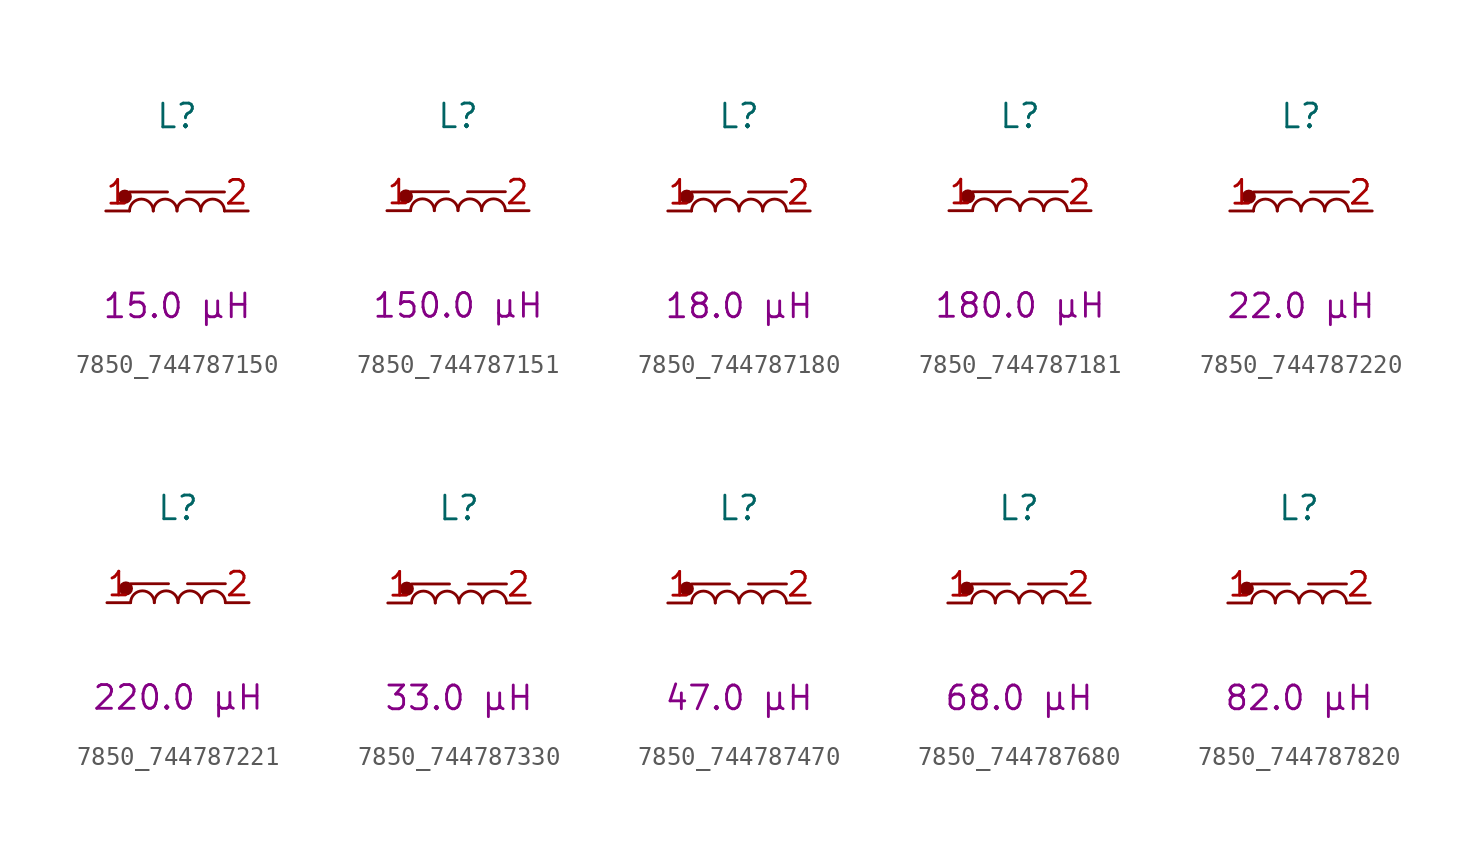
<source format=kicad_sym>
(kicad_symbol_lib
  (version 20220914)
  (generator kicad_symbol_editor)
  (symbol "7850_744787150"
    (pin_names hide)
    (property "Reference" "L"
      (at 0 5.08 0)
      (effects (font (size 1.27 1.27))))
    (property "Critical Parameter" "15.0 µH"
      (at 0 -5.08 0)
      (effects (font (size 1.27 1.27))))
    (symbol "7850_744787150_0_1"
      (arc (start -1.27 0) (mid -1.905 0.6323) (end -2.54 0) (stroke (width 0) (type default)) (fill (type none)))
      (arc (start 0 0) (mid -0.635 0.6323) (end -1.27 0) (stroke (width 0) (type default)) (fill (type none)))
      (polyline (pts (xy -2.54 1.016) (xy -0.508 1.016)) (stroke (width 0) (type default)) (fill (type none)))
      (arc (start 1.27 0) (mid 0.635 0.6323) (end 0 0) (stroke (width 0) (type default)) (fill (type none)))
      (arc (start 2.54 0) (mid 1.905 0.6323) (end 1.27 0) (stroke (width 0) (type default)) (fill (type none))))
    (symbol "7850_744787150_1_1"
      (circle (center -2.794 0.762) (radius 0.0001) (stroke (width 0.381) (type default)) (fill (type none)))
      (polyline (pts (xy 2.54 1.016) (xy 0.508 1.016)) (stroke (width 0) (type default)) (fill (type none)))
      (pin passive line (at -3.81 0 0) (length 1.27) (name "1" (effects (font (size 1.27 1.27)))) (number "1" (effects (font (size 1.27 1.27)))))
      (pin passive line (at 3.81 0 180) (length 1.27) (name "2" (effects (font (size 1.27 1.27)))) (number "2" (effects (font (size 1.27 1.27)))))))
  (symbol "7850_744787151"
    (pin_names hide)
    (property "Reference" "L"
      (at 0 5.08 0)
      (effects (font (size 1.27 1.27))))
    (property "Critical Parameter" "150.0 µH"
      (at 0 -5.08 0)
      (effects (font (size 1.27 1.27))))
    (symbol "7850_744787151_0_1"
      (arc (start -1.27 0) (mid -1.905 0.6323) (end -2.54 0) (stroke (width 0) (type default)) (fill (type none)))
      (arc (start 0 0) (mid -0.635 0.6323) (end -1.27 0) (stroke (width 0) (type default)) (fill (type none)))
      (polyline (pts (xy -2.54 1.016) (xy -0.508 1.016)) (stroke (width 0) (type default)) (fill (type none)))
      (arc (start 1.27 0) (mid 0.635 0.6323) (end 0 0) (stroke (width 0) (type default)) (fill (type none)))
      (arc (start 2.54 0) (mid 1.905 0.6323) (end 1.27 0) (stroke (width 0) (type default)) (fill (type none))))
    (symbol "7850_744787151_1_1"
      (circle (center -2.794 0.762) (radius 0.0001) (stroke (width 0.381) (type default)) (fill (type none)))
      (polyline (pts (xy 2.54 1.016) (xy 0.508 1.016)) (stroke (width 0) (type default)) (fill (type none)))
      (pin passive line (at -3.81 0 0) (length 1.27) (name "1" (effects (font (size 1.27 1.27)))) (number "1" (effects (font (size 1.27 1.27)))))
      (pin passive line (at 3.81 0 180) (length 1.27) (name "2" (effects (font (size 1.27 1.27)))) (number "2" (effects (font (size 1.27 1.27)))))))
  (symbol "7850_744787180"
    (pin_names hide)
    (property "Reference" "L"
      (at 0 5.08 0)
      (effects (font (size 1.27 1.27))))
    (property "Critical Parameter" "18.0 µH"
      (at 0 -5.08 0)
      (effects (font (size 1.27 1.27))))
    (symbol "7850_744787180_0_1"
      (arc (start -1.27 0) (mid -1.905 0.6323) (end -2.54 0) (stroke (width 0) (type default)) (fill (type none)))
      (arc (start 0 0) (mid -0.635 0.6323) (end -1.27 0) (stroke (width 0) (type default)) (fill (type none)))
      (polyline (pts (xy -2.54 1.016) (xy -0.508 1.016)) (stroke (width 0) (type default)) (fill (type none)))
      (arc (start 1.27 0) (mid 0.635 0.6323) (end 0 0) (stroke (width 0) (type default)) (fill (type none)))
      (arc (start 2.54 0) (mid 1.905 0.6323) (end 1.27 0) (stroke (width 0) (type default)) (fill (type none))))
    (symbol "7850_744787180_1_1"
      (circle (center -2.794 0.762) (radius 0.0001) (stroke (width 0.381) (type default)) (fill (type none)))
      (polyline (pts (xy 2.54 1.016) (xy 0.508 1.016)) (stroke (width 0) (type default)) (fill (type none)))
      (pin passive line (at -3.81 0 0) (length 1.27) (name "1" (effects (font (size 1.27 1.27)))) (number "1" (effects (font (size 1.27 1.27)))))
      (pin passive line (at 3.81 0 180) (length 1.27) (name "2" (effects (font (size 1.27 1.27)))) (number "2" (effects (font (size 1.27 1.27)))))))
  (symbol "7850_744787181"
    (pin_names hide)
    (property "Reference" "L"
      (at 0 5.08 0)
      (effects (font (size 1.27 1.27))))
    (property "Critical Parameter" "180.0 µH"
      (at 0 -5.08 0)
      (effects (font (size 1.27 1.27))))
    (symbol "7850_744787181_0_1"
      (arc (start -1.27 0) (mid -1.905 0.6323) (end -2.54 0) (stroke (width 0) (type default)) (fill (type none)))
      (arc (start 0 0) (mid -0.635 0.6323) (end -1.27 0) (stroke (width 0) (type default)) (fill (type none)))
      (polyline (pts (xy -2.54 1.016) (xy -0.508 1.016)) (stroke (width 0) (type default)) (fill (type none)))
      (arc (start 1.27 0) (mid 0.635 0.6323) (end 0 0) (stroke (width 0) (type default)) (fill (type none)))
      (arc (start 2.54 0) (mid 1.905 0.6323) (end 1.27 0) (stroke (width 0) (type default)) (fill (type none))))
    (symbol "7850_744787181_1_1"
      (circle (center -2.794 0.762) (radius 0.0001) (stroke (width 0.381) (type default)) (fill (type none)))
      (polyline (pts (xy 2.54 1.016) (xy 0.508 1.016)) (stroke (width 0) (type default)) (fill (type none)))
      (pin passive line (at -3.81 0 0) (length 1.27) (name "1" (effects (font (size 1.27 1.27)))) (number "1" (effects (font (size 1.27 1.27)))))
      (pin passive line (at 3.81 0 180) (length 1.27) (name "2" (effects (font (size 1.27 1.27)))) (number "2" (effects (font (size 1.27 1.27)))))))
  (symbol "7850_744787220"
    (pin_names hide)
    (property "Reference" "L"
      (at 0 5.08 0)
      (effects (font (size 1.27 1.27))))
    (property "Critical Parameter" "22.0 µH"
      (at 0 -5.08 0)
      (effects (font (size 1.27 1.27))))
    (symbol "7850_744787220_0_1"
      (arc (start -1.27 0) (mid -1.905 0.6323) (end -2.54 0) (stroke (width 0) (type default)) (fill (type none)))
      (arc (start 0 0) (mid -0.635 0.6323) (end -1.27 0) (stroke (width 0) (type default)) (fill (type none)))
      (polyline (pts (xy -2.54 1.016) (xy -0.508 1.016)) (stroke (width 0) (type default)) (fill (type none)))
      (arc (start 1.27 0) (mid 0.635 0.6323) (end 0 0) (stroke (width 0) (type default)) (fill (type none)))
      (arc (start 2.54 0) (mid 1.905 0.6323) (end 1.27 0) (stroke (width 0) (type default)) (fill (type none))))
    (symbol "7850_744787220_1_1"
      (circle (center -2.794 0.762) (radius 0.0001) (stroke (width 0.381) (type default)) (fill (type none)))
      (polyline (pts (xy 2.54 1.016) (xy 0.508 1.016)) (stroke (width 0) (type default)) (fill (type none)))
      (pin passive line (at -3.81 0 0) (length 1.27) (name "1" (effects (font (size 1.27 1.27)))) (number "1" (effects (font (size 1.27 1.27)))))
      (pin passive line (at 3.81 0 180) (length 1.27) (name "2" (effects (font (size 1.27 1.27)))) (number "2" (effects (font (size 1.27 1.27)))))))
  (symbol "7850_744787221"
    (pin_names hide)
    (property "Reference" "L"
      (at 0 5.08 0)
      (effects (font (size 1.27 1.27))))
    (property "Critical Parameter" "220.0 µH"
      (at 0 -5.08 0)
      (effects (font (size 1.27 1.27))))
    (symbol "7850_744787221_0_1"
      (arc (start -1.27 0) (mid -1.905 0.6323) (end -2.54 0) (stroke (width 0) (type default)) (fill (type none)))
      (arc (start 0 0) (mid -0.635 0.6323) (end -1.27 0) (stroke (width 0) (type default)) (fill (type none)))
      (polyline (pts (xy -2.54 1.016) (xy -0.508 1.016)) (stroke (width 0) (type default)) (fill (type none)))
      (arc (start 1.27 0) (mid 0.635 0.6323) (end 0 0) (stroke (width 0) (type default)) (fill (type none)))
      (arc (start 2.54 0) (mid 1.905 0.6323) (end 1.27 0) (stroke (width 0) (type default)) (fill (type none))))
    (symbol "7850_744787221_1_1"
      (circle (center -2.794 0.762) (radius 0.0001) (stroke (width 0.381) (type default)) (fill (type none)))
      (polyline (pts (xy 2.54 1.016) (xy 0.508 1.016)) (stroke (width 0) (type default)) (fill (type none)))
      (pin passive line (at -3.81 0 0) (length 1.27) (name "1" (effects (font (size 1.27 1.27)))) (number "1" (effects (font (size 1.27 1.27)))))
      (pin passive line (at 3.81 0 180) (length 1.27) (name "2" (effects (font (size 1.27 1.27)))) (number "2" (effects (font (size 1.27 1.27)))))))
  (symbol "7850_744787330"
    (pin_names hide)
    (property "Reference" "L"
      (at 0 5.08 0)
      (effects (font (size 1.27 1.27))))
    (property "Critical Parameter" "33.0 µH"
      (at 0 -5.08 0)
      (effects (font (size 1.27 1.27))))
    (symbol "7850_744787330_0_1"
      (arc (start -1.27 0) (mid -1.905 0.6323) (end -2.54 0) (stroke (width 0) (type default)) (fill (type none)))
      (arc (start 0 0) (mid -0.635 0.6323) (end -1.27 0) (stroke (width 0) (type default)) (fill (type none)))
      (polyline (pts (xy -2.54 1.016) (xy -0.508 1.016)) (stroke (width 0) (type default)) (fill (type none)))
      (arc (start 1.27 0) (mid 0.635 0.6323) (end 0 0) (stroke (width 0) (type default)) (fill (type none)))
      (arc (start 2.54 0) (mid 1.905 0.6323) (end 1.27 0) (stroke (width 0) (type default)) (fill (type none))))
    (symbol "7850_744787330_1_1"
      (circle (center -2.794 0.762) (radius 0.0001) (stroke (width 0.381) (type default)) (fill (type none)))
      (polyline (pts (xy 2.54 1.016) (xy 0.508 1.016)) (stroke (width 0) (type default)) (fill (type none)))
      (pin passive line (at -3.81 0 0) (length 1.27) (name "1" (effects (font (size 1.27 1.27)))) (number "1" (effects (font (size 1.27 1.27)))))
      (pin passive line (at 3.81 0 180) (length 1.27) (name "2" (effects (font (size 1.27 1.27)))) (number "2" (effects (font (size 1.27 1.27)))))))
  (symbol "7850_744787470"
    (pin_names hide)
    (property "Reference" "L"
      (at 0 5.08 0)
      (effects (font (size 1.27 1.27))))
    (property "Critical Parameter" "47.0 µH"
      (at 0 -5.08 0)
      (effects (font (size 1.27 1.27))))
    (symbol "7850_744787470_0_1"
      (arc (start -1.27 0) (mid -1.905 0.6323) (end -2.54 0) (stroke (width 0) (type default)) (fill (type none)))
      (arc (start 0 0) (mid -0.635 0.6323) (end -1.27 0) (stroke (width 0) (type default)) (fill (type none)))
      (polyline (pts (xy -2.54 1.016) (xy -0.508 1.016)) (stroke (width 0) (type default)) (fill (type none)))
      (arc (start 1.27 0) (mid 0.635 0.6323) (end 0 0) (stroke (width 0) (type default)) (fill (type none)))
      (arc (start 2.54 0) (mid 1.905 0.6323) (end 1.27 0) (stroke (width 0) (type default)) (fill (type none))))
    (symbol "7850_744787470_1_1"
      (circle (center -2.794 0.762) (radius 0.0001) (stroke (width 0.381) (type default)) (fill (type none)))
      (polyline (pts (xy 2.54 1.016) (xy 0.508 1.016)) (stroke (width 0) (type default)) (fill (type none)))
      (pin passive line (at -3.81 0 0) (length 1.27) (name "1" (effects (font (size 1.27 1.27)))) (number "1" (effects (font (size 1.27 1.27)))))
      (pin passive line (at 3.81 0 180) (length 1.27) (name "2" (effects (font (size 1.27 1.27)))) (number "2" (effects (font (size 1.27 1.27)))))))
  (symbol "7850_744787680"
    (pin_names hide)
    (property "Reference" "L"
      (at 0 5.08 0)
      (effects (font (size 1.27 1.27))))
    (property "Critical Parameter" "68.0 µH"
      (at 0 -5.08 0)
      (effects (font (size 1.27 1.27))))
    (symbol "7850_744787680_0_1"
      (arc (start -1.27 0) (mid -1.905 0.6323) (end -2.54 0) (stroke (width 0) (type default)) (fill (type none)))
      (arc (start 0 0) (mid -0.635 0.6323) (end -1.27 0) (stroke (width 0) (type default)) (fill (type none)))
      (polyline (pts (xy -2.54 1.016) (xy -0.508 1.016)) (stroke (width 0) (type default)) (fill (type none)))
      (arc (start 1.27 0) (mid 0.635 0.6323) (end 0 0) (stroke (width 0) (type default)) (fill (type none)))
      (arc (start 2.54 0) (mid 1.905 0.6323) (end 1.27 0) (stroke (width 0) (type default)) (fill (type none))))
    (symbol "7850_744787680_1_1"
      (circle (center -2.794 0.762) (radius 0.0001) (stroke (width 0.381) (type default)) (fill (type none)))
      (polyline (pts (xy 2.54 1.016) (xy 0.508 1.016)) (stroke (width 0) (type default)) (fill (type none)))
      (pin passive line (at -3.81 0 0) (length 1.27) (name "1" (effects (font (size 1.27 1.27)))) (number "1" (effects (font (size 1.27 1.27)))))
      (pin passive line (at 3.81 0 180) (length 1.27) (name "2" (effects (font (size 1.27 1.27)))) (number "2" (effects (font (size 1.27 1.27)))))))
  (symbol "7850_744787820"
    (pin_names hide)
    (property "Reference" "L"
      (at 0 5.08 0)
      (effects (font (size 1.27 1.27))))
    (property "Critical Parameter" "82.0 µH"
      (at 0 -5.08 0)
      (effects (font (size 1.27 1.27))))
    (symbol "7850_744787820_0_1"
      (arc (start -1.27 0) (mid -1.905 0.6323) (end -2.54 0) (stroke (width 0) (type default)) (fill (type none)))
      (arc (start 0 0) (mid -0.635 0.6323) (end -1.27 0) (stroke (width 0) (type default)) (fill (type none)))
      (polyline (pts (xy -2.54 1.016) (xy -0.508 1.016)) (stroke (width 0) (type default)) (fill (type none)))
      (arc (start 1.27 0) (mid 0.635 0.6323) (end 0 0) (stroke (width 0) (type default)) (fill (type none)))
      (arc (start 2.54 0) (mid 1.905 0.6323) (end 1.27 0) (stroke (width 0) (type default)) (fill (type none))))
    (symbol "7850_744787820_1_1"
      (circle (center -2.794 0.762) (radius 0.0001) (stroke (width 0.381) (type default)) (fill (type none)))
      (polyline (pts (xy 2.54 1.016) (xy 0.508 1.016)) (stroke (width 0) (type default)) (fill (type none)))
      (pin passive line (at -3.81 0 0) (length 1.27) (name "1" (effects (font (size 1.27 1.27)))) (number "1" (effects (font (size 1.27 1.27)))))
      (pin passive line (at 3.81 0 180) (length 1.27) (name "2" (effects (font (size 1.27 1.27)))) (number "2" (effects (font (size 1.27 1.27))))))))
</source>
